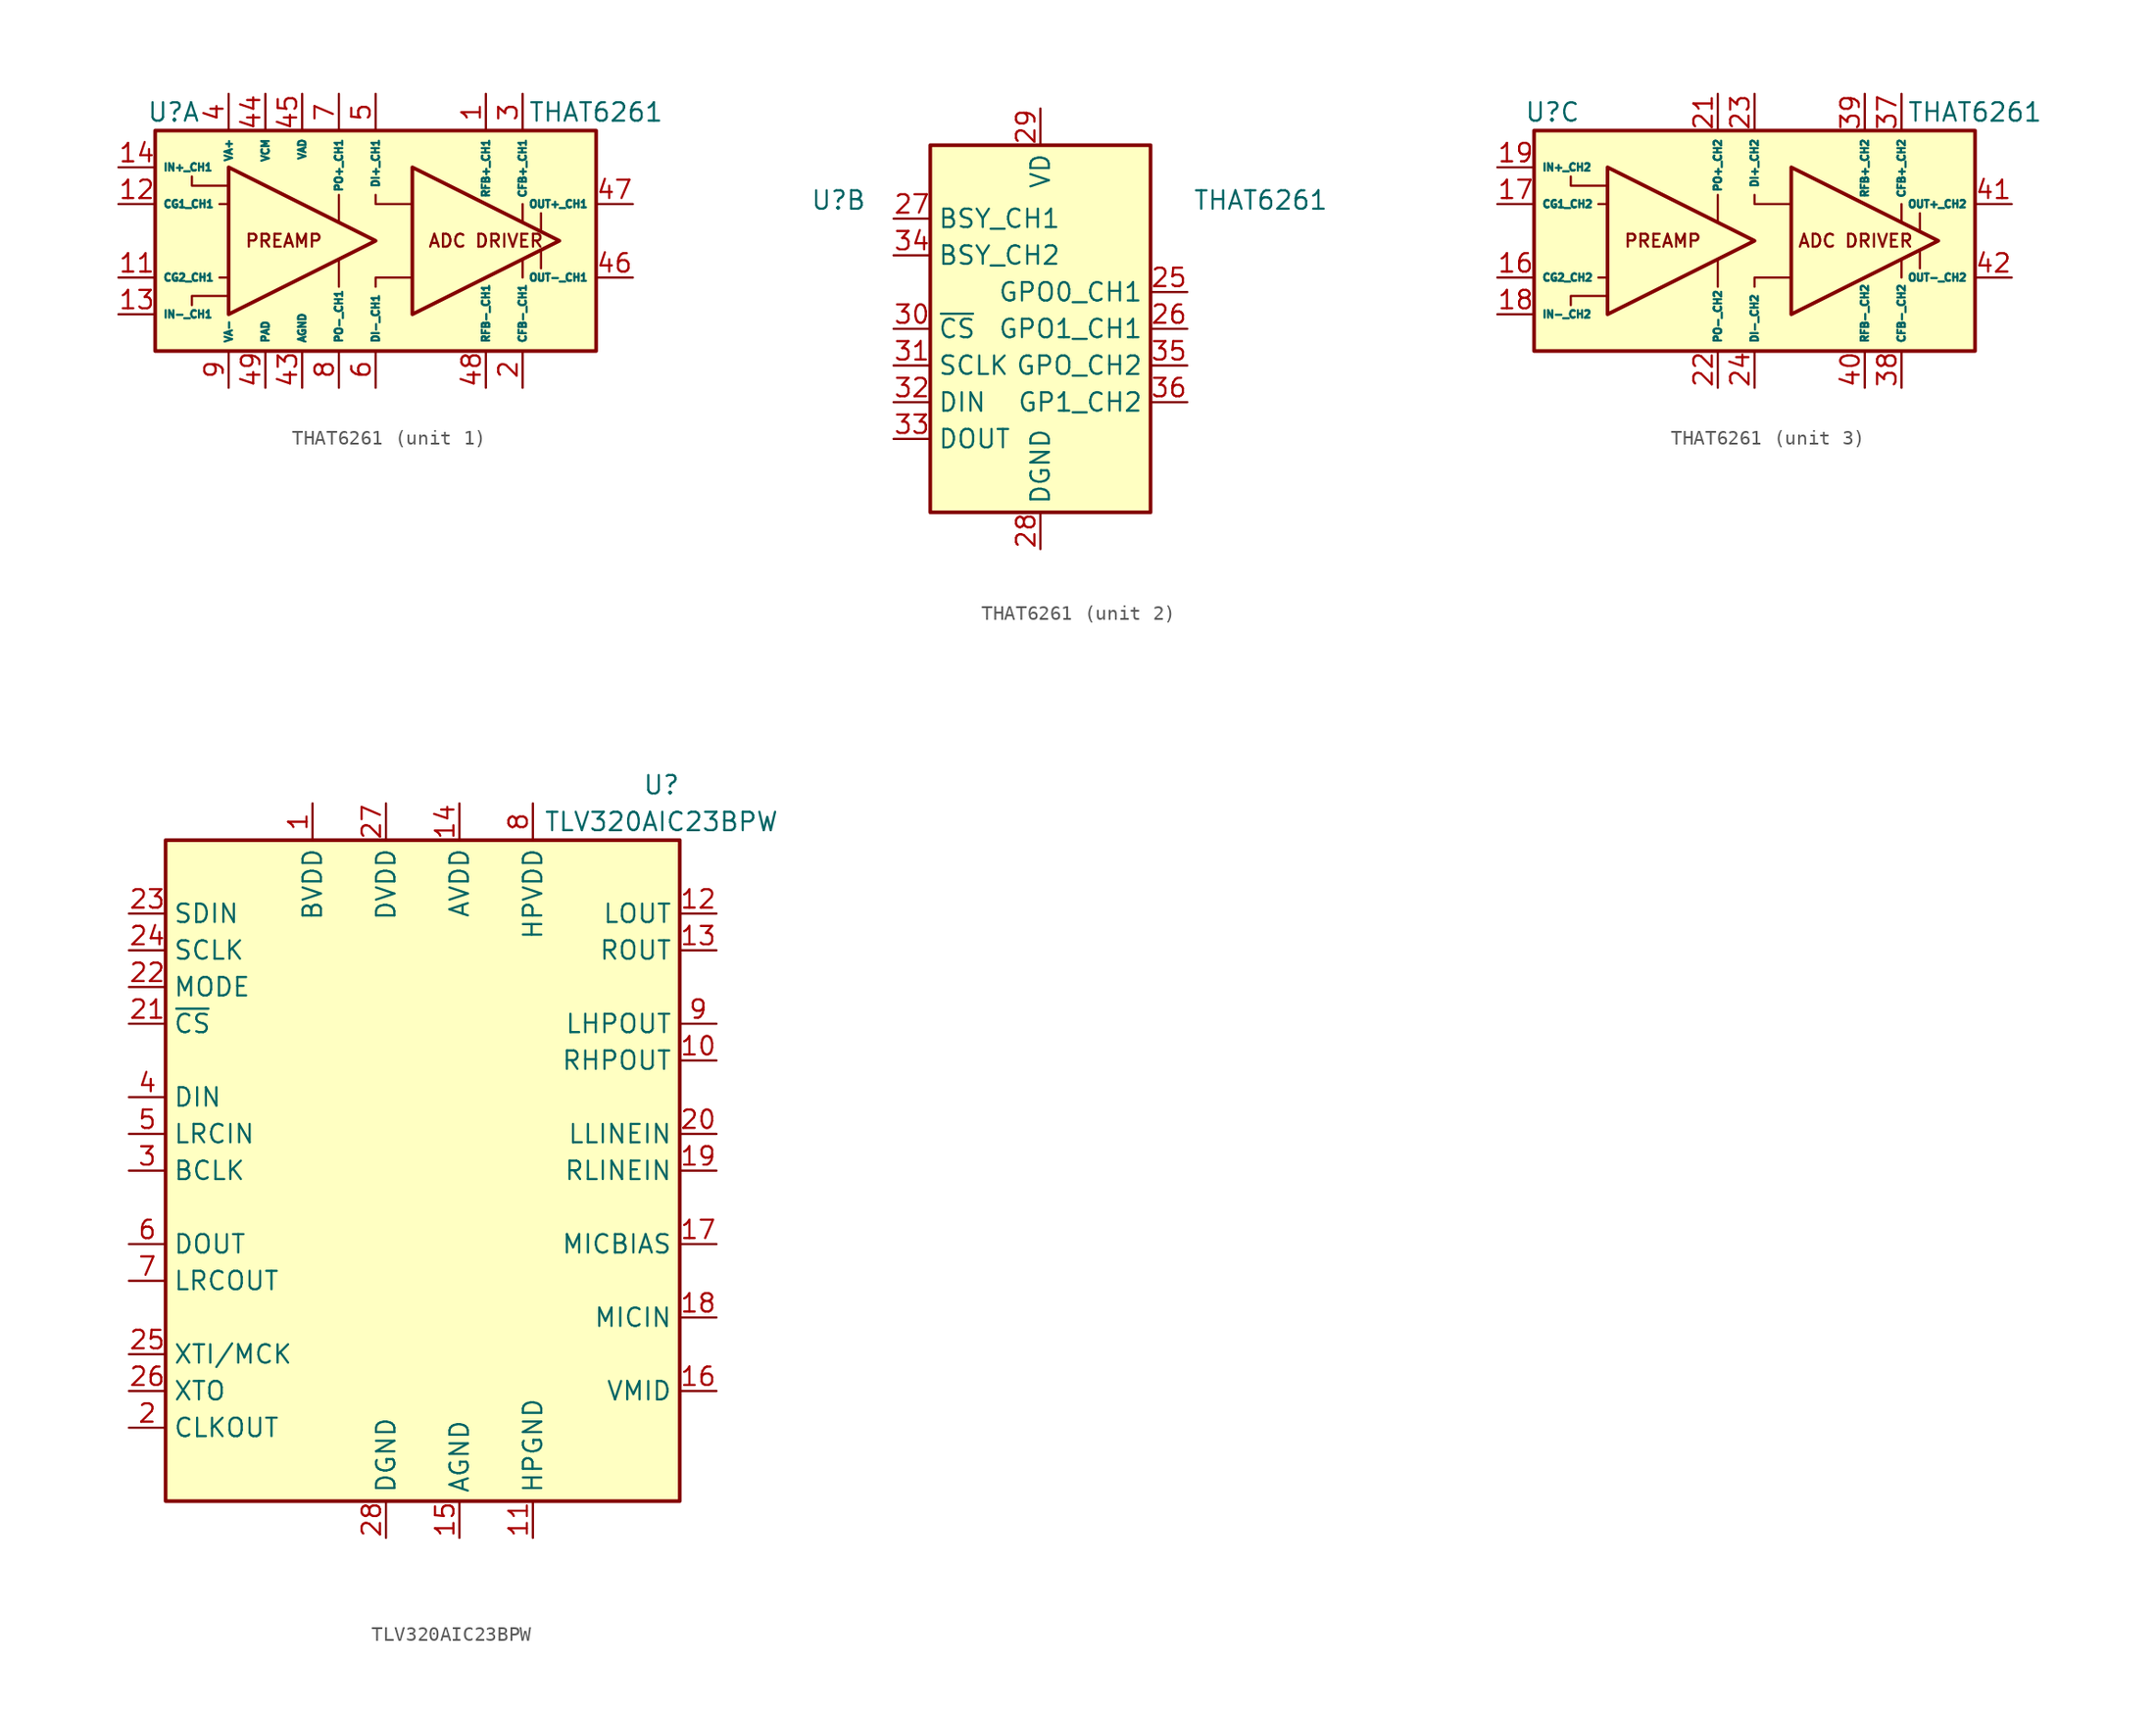
<source format=kicad_sym>
(kicad_symbol_lib
  (version 20241209)
  (generator "kicad_symbol_editor")
  (generator_version "9.0")
  (symbol "THAT6261"
    (property "Reference" "U"
      (at -13.97 8.89 0)
      (effects (font (size 1.27 1.27))))
    (property "Value" "THAT6261"
      (at 15.24 8.89 0)
      (effects (font (size 1.27 1.27))))
    (property "ki_locked" ""
      (at 0 0 0)
      (effects (font (size 1.27 1.27))))
    (symbol "THAT6261_1_0"
      (polyline (pts (xy -12.7 4.445) (xy -12.7 3.81) (xy -10.795 3.81) (xy -10.16 3.81)) (stroke (width 0) (type default)) (fill (type none)))
      (polyline (pts (xy -12.7 -4.445) (xy -12.7 -3.81) (xy -10.16 -3.81)) (stroke (width 0) (type default)) (fill (type none)))
      (polyline (pts (xy -10.795 2.54) (xy -10.16 2.54)) (stroke (width 0) (type default)) (fill (type none)))
      (polyline (pts (xy -10.795 -2.54) (xy -10.16 -2.54)) (stroke (width 0) (type default)) (fill (type none)))
      (polyline (pts (xy -2.54 3.175) (xy -2.54 1.27)) (stroke (width 0) (type default)) (fill (type none)))
      (polyline (pts (xy -2.54 -3.175) (xy -2.54 -1.27)) (stroke (width 0) (type default)) (fill (type none)))
      (polyline (pts (xy 0 3.175) (xy 0 2.54) (xy 2.54 2.54)) (stroke (width 0) (type default)) (fill (type none)))
      (polyline (pts (xy 0 -3.175) (xy 0 -2.54) (xy 2.54 -2.54)) (stroke (width 0) (type default)) (fill (type none)))
      (polyline (pts (xy 10.16 2.54) (xy 10.16 1.27)) (stroke (width 0) (type default)) (fill (type none)))
      (polyline (pts (xy 10.16 -1.27) (xy 10.16 -2.54)) (stroke (width 0) (type default)) (fill (type none)))
      (polyline (pts (xy 11.43 0.635) (xy 11.43 1.905)) (stroke (width 0) (type default)) (fill (type none)))
      (polyline (pts (xy 11.43 -1.905) (xy 11.43 -0.635)) (stroke (width 0) (type default)) (fill (type none)))
      (text "PREAMP" (at -6.35 0 0) (effects (font (size 0.889 0.889))))
      (text "ADC DRIVER" (at 7.62 0 0) (effects (font (size 0.889 0.889)))))
    (symbol "THAT6261_1_1"
      (rectangle (start -15.24 7.62) (end 15.24 -7.62) (stroke (width 0.254) (type default)) (fill (type background)))
      (polyline (pts (xy 0 0) (xy -10.16 5.08) (xy -10.16 -5.08) (xy 0 0)) (stroke (width 0.254) (type default)) (fill (type background)))
      (polyline (pts (xy 2.54 -5.08) (xy 2.54 5.08) (xy 12.7 0) (xy 2.54 -5.08)) (stroke (width 0.254) (type default)) (fill (type background)))
      (pin input line (at -17.78 5.08 0) (length 2.54) (name "IN+_CH1" (effects (font (size 0.508 0.508)))) (number "14" (effects (font (size 1.27 1.27)))))
      (pin passive line (at -17.78 2.54 0) (length 2.54) (name "CG1_CH1" (effects (font (size 0.508 0.508)))) (number "12" (effects (font (size 1.27 1.27)))))
      (pin passive line (at -17.78 -2.54 0) (length 2.54) (name "CG2_CH1" (effects (font (size 0.508 0.508)))) (number "11" (effects (font (size 1.27 1.27)))))
      (pin input line (at -17.78 -5.08 0) (length 2.54) (name "IN-_CH1" (effects (font (size 0.508 0.508)))) (number "13" (effects (font (size 1.27 1.27)))))
      (pin passive line (at -10.16 10.16 270) (length 2.54) (hide yes) (name "VA+" (effects (font (size 0.508 0.508)))) (number "10" (effects (font (size 1.27 1.27)))))
      (pin power_in line (at -10.16 10.16 270) (length 2.54) (name "VA+" (effects (font (size 0.508 0.508)))) (number "4" (effects (font (size 1.27 1.27)))))
      (pin passive line (at -10.16 -10.16 90) (length 2.54) (hide yes) (name "VA-" (effects (font (size 0.508 0.508)))) (number "15" (effects (font (size 1.27 1.27)))))
      (pin passive line (at -10.16 -10.16 90) (length 2.54) (hide yes) (name "VA-" (effects (font (size 0.508 0.508)))) (number "20" (effects (font (size 1.27 1.27)))))
      (pin power_in line (at -10.16 -10.16 90) (length 2.54) (name "VA-" (effects (font (size 0.508 0.508)))) (number "9" (effects (font (size 1.27 1.27)))))
      (pin power_in line (at -7.62 10.16 270) (length 2.54) (name "VCM" (effects (font (size 0.508 0.508)))) (number "44" (effects (font (size 1.27 1.27)))))
      (pin passive line (at -7.62 -10.16 90) (length 2.54) (name "PAD" (effects (font (size 0.508 0.508)))) (number "49" (effects (font (size 1.27 1.27)))))
      (pin power_in line (at -5.08 10.16 270) (length 2.54) (name "VAD" (effects (font (size 0.508 0.508)))) (number "45" (effects (font (size 1.27 1.27)))))
      (pin power_in line (at -5.08 -10.16 90) (length 2.54) (name "AGND" (effects (font (size 0.508 0.508)))) (number "43" (effects (font (size 1.27 1.27)))))
      (pin output line (at -2.54 10.16 270) (length 2.54) (name "PO+_CH1" (effects (font (size 0.508 0.508)))) (number "7" (effects (font (size 1.27 1.27)))))
      (pin output line (at -2.54 -10.16 90) (length 2.54) (name "PO-_CH1" (effects (font (size 0.508 0.508)))) (number "8" (effects (font (size 1.27 1.27)))))
      (pin input line (at 0 10.16 270) (length 2.54) (name "DI+_CH1" (effects (font (size 0.508 0.508)))) (number "5" (effects (font (size 1.27 1.27)))))
      (pin input line (at 0 -10.16 90) (length 2.54) (name "DI-_CH1" (effects (font (size 0.508 0.508)))) (number "6" (effects (font (size 1.27 1.27)))))
      (pin passive line (at 7.62 10.16 270) (length 2.54) (name "RFB+_CH1" (effects (font (size 0.508 0.508)))) (number "1" (effects (font (size 1.27 1.27)))))
      (pin passive line (at 7.62 -10.16 90) (length 2.54) (name "RFB-_CH1" (effects (font (size 0.508 0.508)))) (number "48" (effects (font (size 1.27 1.27)))))
      (pin passive line (at 10.16 10.16 270) (length 2.54) (name "CFB+_CH1" (effects (font (size 0.508 0.508)))) (number "3" (effects (font (size 1.27 1.27)))))
      (pin passive line (at 10.16 -10.16 90) (length 2.54) (name "CFB-_CH1" (effects (font (size 0.508 0.508)))) (number "2" (effects (font (size 1.27 1.27)))))
      (pin output line (at 17.78 2.54 180) (length 2.54) (name "OUT+_CH1" (effects (font (size 0.508 0.508)))) (number "47" (effects (font (size 1.27 1.27)))))
      (pin output line (at 17.78 -2.54 180) (length 2.54) (name "OUT-_CH1" (effects (font (size 0.508 0.508)))) (number "46" (effects (font (size 1.27 1.27))))))
    (symbol "THAT6261_2_1"
      (rectangle (start -7.62 12.7) (end 7.62 -12.7) (stroke (width 0.254) (type default)) (fill (type background)))
      (pin output line (at -10.16 7.62 0) (length 2.54) (name "BSY_CH1" (effects (font (size 1.27 1.27)))) (number "27" (effects (font (size 1.27 1.27)))))
      (pin output line (at -10.16 5.08 0) (length 2.54) (name "BSY_CH2" (effects (font (size 1.27 1.27)))) (number "34" (effects (font (size 1.27 1.27)))))
      (pin input line (at -10.16 0 0) (length 2.54) (name "~{CS}" (effects (font (size 1.27 1.27)))) (number "30" (effects (font (size 1.27 1.27)))))
      (pin input line (at -10.16 -2.54 0) (length 2.54) (name "SCLK" (effects (font (size 1.27 1.27)))) (number "31" (effects (font (size 1.27 1.27)))))
      (pin input line (at -10.16 -5.08 0) (length 2.54) (name "DIN" (effects (font (size 1.27 1.27)))) (number "32" (effects (font (size 1.27 1.27)))))
      (pin tri_state line (at -10.16 -7.62 0) (length 2.54) (name "DOUT" (effects (font (size 1.27 1.27)))) (number "33" (effects (font (size 1.27 1.27)))))
      (pin power_in line (at 0 15.24 270) (length 2.54) (name "VD" (effects (font (size 1.27 1.27)))) (number "29" (effects (font (size 1.27 1.27)))))
      (pin power_in line (at 0 -15.24 90) (length 2.54) (name "DGND" (effects (font (size 1.27 1.27)))) (number "28" (effects (font (size 1.27 1.27)))))
      (pin output line (at 10.16 2.54 180) (length 2.54) (name "GPO0_CH1" (effects (font (size 1.27 1.27)))) (number "25" (effects (font (size 1.27 1.27)))))
      (pin output line (at 10.16 0 180) (length 2.54) (name "GPO1_CH1" (effects (font (size 1.27 1.27)))) (number "26" (effects (font (size 1.27 1.27)))))
      (pin output line (at 10.16 -2.54 180) (length 2.54) (name "GPO_CH2" (effects (font (size 1.27 1.27)))) (number "35" (effects (font (size 1.27 1.27)))))
      (pin output line (at 10.16 -5.08 180) (length 2.54) (name "GP1_CH2" (effects (font (size 1.27 1.27)))) (number "36" (effects (font (size 1.27 1.27))))))
    (symbol "THAT6261_3_0"
      (polyline (pts (xy -12.7 4.445) (xy -12.7 3.81) (xy -10.16 3.81)) (stroke (width 0) (type default)) (fill (type none)))
      (polyline (pts (xy -12.7 -4.445) (xy -12.7 -3.81) (xy -10.16 -3.81)) (stroke (width 0) (type default)) (fill (type none)))
      (polyline (pts (xy -10.795 2.54) (xy -10.16 2.54)) (stroke (width 0) (type default)) (fill (type none)))
      (polyline (pts (xy -10.16 -2.54) (xy -10.795 -2.54)) (stroke (width 0) (type default)) (fill (type none)))
      (polyline (pts (xy -2.54 3.175) (xy -2.54 1.27)) (stroke (width 0) (type default)) (fill (type none)))
      (polyline (pts (xy -2.54 -3.175) (xy -2.54 -1.27)) (stroke (width 0) (type default)) (fill (type none)))
      (polyline (pts (xy 0 3.175) (xy 0 2.54) (xy 2.54 2.54)) (stroke (width 0) (type default)) (fill (type none)))
      (polyline (pts (xy 0 -3.175) (xy 0 -2.54) (xy 2.54 -2.54)) (stroke (width 0) (type default)) (fill (type none)))
      (polyline (pts (xy 10.16 2.54) (xy 10.16 1.27)) (stroke (width 0) (type default)) (fill (type none)))
      (polyline (pts (xy 10.16 -1.27) (xy 10.16 -2.54)) (stroke (width 0) (type default)) (fill (type none)))
      (polyline (pts (xy 11.43 1.905) (xy 11.43 0.635)) (stroke (width 0) (type default)) (fill (type none)))
      (polyline (pts (xy 11.43 -0.635) (xy 11.43 -1.905)) (stroke (width 0) (type default)) (fill (type none)))
      (text "PREAMP" (at -6.35 0 0) (effects (font (size 0.889 0.889))))
      (text "ADC DRIVER" (at 6.985 0 0) (effects (font (size 0.889 0.889)))))
    (symbol "THAT6261_3_1"
      (rectangle (start -15.24 7.62) (end 15.24 -7.62) (stroke (width 0.254) (type default)) (fill (type background)))
      (polyline (pts (xy 0 0) (xy -10.16 5.08) (xy -10.16 -5.08) (xy 0 0)) (stroke (width 0.254) (type default)) (fill (type background)))
      (polyline (pts (xy 2.54 -5.08) (xy 2.54 5.08) (xy 12.7 0) (xy 2.54 -5.08)) (stroke (width 0.254) (type default)) (fill (type background)))
      (pin input line (at -17.78 5.08 0) (length 2.54) (name "IN+_CH2" (effects (font (size 0.508 0.508)))) (number "19" (effects (font (size 1.27 1.27)))))
      (pin passive line (at -17.78 2.54 0) (length 2.54) (name "CG1_CH2" (effects (font (size 0.508 0.508)))) (number "17" (effects (font (size 1.27 1.27)))))
      (pin passive line (at -17.78 -2.54 0) (length 2.54) (name "CG2_CH2" (effects (font (size 0.508 0.508)))) (number "16" (effects (font (size 1.27 1.27)))))
      (pin input line (at -17.78 -5.08 0) (length 2.54) (name "IN-_CH2" (effects (font (size 0.508 0.508)))) (number "18" (effects (font (size 1.27 1.27)))))
      (pin output line (at -2.54 10.16 270) (length 2.54) (name "PO+_CH2" (effects (font (size 0.508 0.508)))) (number "21" (effects (font (size 1.27 1.27)))))
      (pin output line (at -2.54 -10.16 90) (length 2.54) (name "PO-_CH2" (effects (font (size 0.508 0.508)))) (number "22" (effects (font (size 1.27 1.27)))))
      (pin input line (at 0 10.16 270) (length 2.54) (name "DI+_CH2" (effects (font (size 0.508 0.508)))) (number "23" (effects (font (size 1.27 1.27)))))
      (pin input line (at 0 -10.16 90) (length 2.54) (name "DI-_CH2" (effects (font (size 0.508 0.508)))) (number "24" (effects (font (size 1.27 1.27)))))
      (pin passive line (at 7.62 10.16 270) (length 2.54) (name "RFB+_CH2" (effects (font (size 0.508 0.508)))) (number "39" (effects (font (size 1.27 1.27)))))
      (pin passive line (at 7.62 -10.16 90) (length 2.54) (name "RFB-_CH2" (effects (font (size 0.508 0.508)))) (number "40" (effects (font (size 1.27 1.27)))))
      (pin passive line (at 10.16 10.16 270) (length 2.54) (name "CFB+_CH2" (effects (font (size 0.508 0.508)))) (number "37" (effects (font (size 1.27 1.27)))))
      (pin passive line (at 10.16 -10.16 90) (length 2.54) (name "CFB-_CH2" (effects (font (size 0.508 0.508)))) (number "38" (effects (font (size 1.27 1.27)))))
      (pin output line (at 17.78 2.54 180) (length 2.54) (name "OUT+_CH2" (effects (font (size 0.508 0.508)))) (number "41" (effects (font (size 1.27 1.27)))))
      (pin output line (at 17.78 -2.54 180) (length 2.54) (name "OUT-_CH2" (effects (font (size 0.508 0.508)))) (number "42" (effects (font (size 1.27 1.27)))))))
  (symbol "TLV320AIC23BPW"
    (property "Reference" "U"
      (at 16.51 26.67 0)
      (effects (font (size 1.27 1.27))))
    (property "Value" "TLV320AIC23BPW"
      (at 16.51 24.13 0)
      (effects (font (size 1.27 1.27))))
    (symbol "TLV320AIC23BPW_0_1"
      (rectangle (start -17.78 22.86) (end 17.78 -22.86) (stroke (width 0.254) (type default)) (fill (type background))))
    (symbol "TLV320AIC23BPW_1_1"
      (pin input line (at -20.32 17.78 0) (length 2.54) (name "SDIN" (effects (font (size 1.27 1.27)))) (number "23" (effects (font (size 1.27 1.27)))))
      (pin input line (at -20.32 15.24 0) (length 2.54) (name "SCLK" (effects (font (size 1.27 1.27)))) (number "24" (effects (font (size 1.27 1.27)))))
      (pin input line (at -20.32 12.7 0) (length 2.54) (name "MODE" (effects (font (size 1.27 1.27)))) (number "22" (effects (font (size 1.27 1.27)))))
      (pin input line (at -20.32 10.16 0) (length 2.54) (name "~{CS}" (effects (font (size 1.27 1.27)))) (number "21" (effects (font (size 1.27 1.27)))))
      (pin input line (at -20.32 5.08 0) (length 2.54) (name "DIN" (effects (font (size 1.27 1.27)))) (number "4" (effects (font (size 1.27 1.27)))))
      (pin input line (at -20.32 2.54 0) (length 2.54) (name "LRCIN" (effects (font (size 1.27 1.27)))) (number "5" (effects (font (size 1.27 1.27)))))
      (pin bidirectional line (at -20.32 0 0) (length 2.54) (name "BCLK" (effects (font (size 1.27 1.27)))) (number "3" (effects (font (size 1.27 1.27)))))
      (pin output line (at -20.32 -5.08 0) (length 2.54) (name "DOUT" (effects (font (size 1.27 1.27)))) (number "6" (effects (font (size 1.27 1.27)))))
      (pin output line (at -20.32 -7.62 0) (length 2.54) (name "LRCOUT" (effects (font (size 1.27 1.27)))) (number "7" (effects (font (size 1.27 1.27)))))
      (pin passive line (at -20.32 -12.7 0) (length 2.54) (name "XTI/MCK" (effects (font (size 1.27 1.27)))) (number "25" (effects (font (size 1.27 1.27)))))
      (pin passive line (at -20.32 -15.24 0) (length 2.54) (name "XTO" (effects (font (size 1.27 1.27)))) (number "26" (effects (font (size 1.27 1.27)))))
      (pin output line (at -20.32 -17.78 0) (length 2.54) (name "CLKOUT" (effects (font (size 1.27 1.27)))) (number "2" (effects (font (size 1.27 1.27)))))
      (pin power_in line (at -7.62 25.4 270) (length 2.54) (name "BVDD" (effects (font (size 1.27 1.27)))) (number "1" (effects (font (size 1.27 1.27)))))
      (pin power_in line (at -2.54 25.4 270) (length 2.54) (name "DVDD" (effects (font (size 1.27 1.27)))) (number "27" (effects (font (size 1.27 1.27)))))
      (pin power_in line (at -2.54 -25.4 90) (length 2.54) (name "DGND" (effects (font (size 1.27 1.27)))) (number "28" (effects (font (size 1.27 1.27)))))
      (pin power_in line (at 2.54 25.4 270) (length 2.54) (name "AVDD" (effects (font (size 1.27 1.27)))) (number "14" (effects (font (size 1.27 1.27)))))
      (pin power_in line (at 2.54 -25.4 90) (length 2.54) (name "AGND" (effects (font (size 1.27 1.27)))) (number "15" (effects (font (size 1.27 1.27)))))
      (pin power_in line (at 7.62 25.4 270) (length 2.54) (name "HPVDD" (effects (font (size 1.27 1.27)))) (number "8" (effects (font (size 1.27 1.27)))))
      (pin power_in line (at 7.62 -25.4 90) (length 2.54) (name "HPGND" (effects (font (size 1.27 1.27)))) (number "11" (effects (font (size 1.27 1.27)))))
      (pin passive line (at 20.32 17.78 180) (length 2.54) (name "LOUT" (effects (font (size 1.27 1.27)))) (number "12" (effects (font (size 1.27 1.27)))))
      (pin passive line (at 20.32 15.24 180) (length 2.54) (name "ROUT" (effects (font (size 1.27 1.27)))) (number "13" (effects (font (size 1.27 1.27)))))
      (pin passive line (at 20.32 10.16 180) (length 2.54) (name "LHPOUT" (effects (font (size 1.27 1.27)))) (number "9" (effects (font (size 1.27 1.27)))))
      (pin passive line (at 20.32 7.62 180) (length 2.54) (name "RHPOUT" (effects (font (size 1.27 1.27)))) (number "10" (effects (font (size 1.27 1.27)))))
      (pin passive line (at 20.32 2.54 180) (length 2.54) (name "LLINEIN" (effects (font (size 1.27 1.27)))) (number "20" (effects (font (size 1.27 1.27)))))
      (pin passive line (at 20.32 0 180) (length 2.54) (name "RLINEIN" (effects (font (size 1.27 1.27)))) (number "19" (effects (font (size 1.27 1.27)))))
      (pin passive line (at 20.32 -5.08 180) (length 2.54) (name "MICBIAS" (effects (font (size 1.27 1.27)))) (number "17" (effects (font (size 1.27 1.27)))))
      (pin passive line (at 20.32 -10.16 180) (length 2.54) (name "MICIN" (effects (font (size 1.27 1.27)))) (number "18" (effects (font (size 1.27 1.27)))))
      (pin passive line (at 20.32 -15.24 180) (length 2.54) (name "VMID" (effects (font (size 1.27 1.27)))) (number "16" (effects (font (size 1.27 1.27))))))))
</source>
